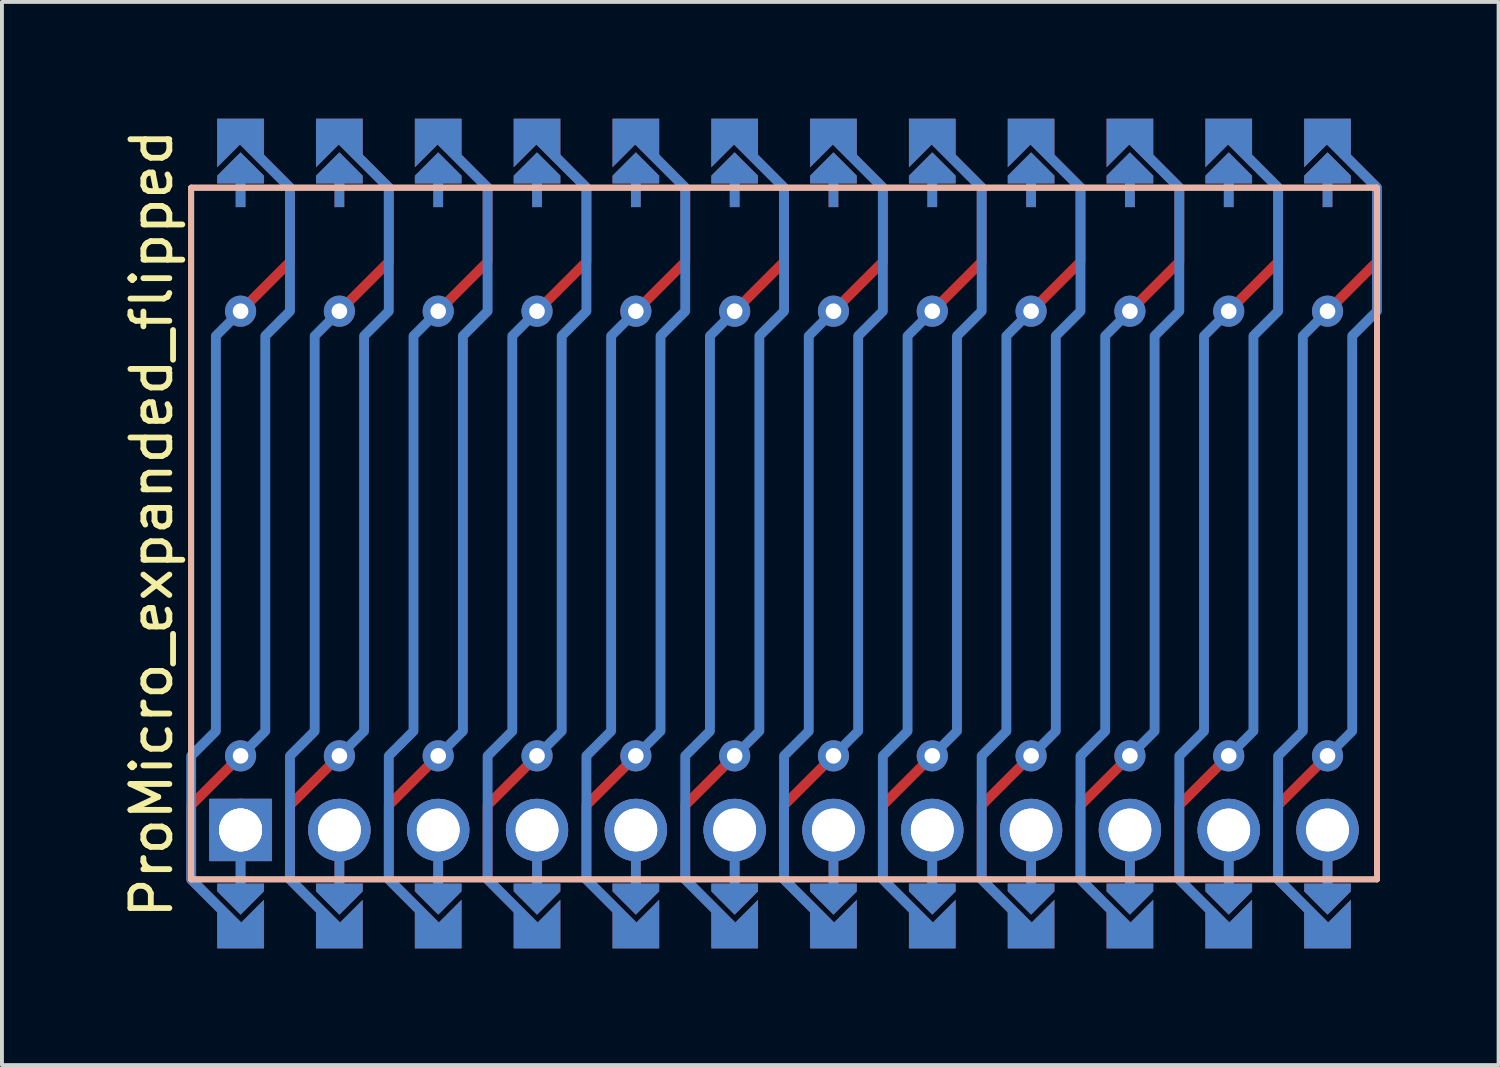
<source format=kicad_pcb>
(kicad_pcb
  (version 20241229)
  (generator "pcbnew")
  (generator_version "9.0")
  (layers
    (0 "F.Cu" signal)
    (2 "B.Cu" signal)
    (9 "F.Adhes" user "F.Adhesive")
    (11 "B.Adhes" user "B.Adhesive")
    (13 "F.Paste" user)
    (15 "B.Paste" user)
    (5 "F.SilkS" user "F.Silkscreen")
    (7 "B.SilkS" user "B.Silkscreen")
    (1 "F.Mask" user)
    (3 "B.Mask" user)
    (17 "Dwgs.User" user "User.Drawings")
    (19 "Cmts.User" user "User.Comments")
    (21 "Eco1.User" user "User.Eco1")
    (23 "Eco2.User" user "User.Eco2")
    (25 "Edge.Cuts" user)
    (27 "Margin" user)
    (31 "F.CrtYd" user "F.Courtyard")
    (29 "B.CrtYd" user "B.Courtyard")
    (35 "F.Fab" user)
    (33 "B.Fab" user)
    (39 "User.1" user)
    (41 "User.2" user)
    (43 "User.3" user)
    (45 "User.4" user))
  (footprint "ProMicro_expanded_flipped"
    (layer "F.Cu")
    (at 17.104 10.664)
    (property "Reference" "ProMicro_expanded_flipped" (at -16.256 -0.254 90) (layer "F.SilkS") (effects (font (size 1 1) (thickness 0.15))))
    (attr through_hole)
    (fp_circle (center -13.97 -5.715) (end -13.845 -5.715) (stroke (width 0.25) (type solid)) (fill no) (layer "F.Mask"))
    (fp_circle (center -13.97 5.715) (end -13.845 5.715) (stroke (width 0.25) (type solid)) (fill no) (layer "F.Mask"))
    (fp_circle (center -11.43 -5.715) (end -11.305 -5.715) (stroke (width 0.25) (type solid)) (fill no) (layer "F.Mask"))
    (fp_circle (center -11.43 5.715) (end -11.305 5.715) (stroke (width 0.25) (type solid)) (fill no) (layer "F.Mask"))
    (fp_circle (center -8.89 -5.715) (end -8.765 -5.715) (stroke (width 0.25) (type solid)) (fill no) (layer "F.Mask"))
    (fp_circle (center -8.89 5.715) (end -8.765 5.715) (stroke (width 0.25) (type solid)) (fill no) (layer "F.Mask"))
    (fp_circle (center -6.35 -5.715) (end -6.225 -5.715) (stroke (width 0.25) (type solid)) (fill no) (layer "F.Mask"))
    (fp_circle (center -6.35 5.715) (end -6.225 5.715) (stroke (width 0.25) (type solid)) (fill no) (layer "F.Mask"))
    (fp_circle (center -3.81 -5.715) (end -3.685 -5.715) (stroke (width 0.25) (type solid)) (fill no) (layer "F.Mask"))
    (fp_circle (center -3.81 5.715) (end -3.685 5.715) (stroke (width 0.25) (type solid)) (fill no) (layer "F.Mask"))
    (fp_circle (center -1.27 -5.715) (end -1.145 -5.715) (stroke (width 0.25) (type solid)) (fill no) (layer "F.Mask"))
    (fp_circle (center -1.27 5.715) (end -1.145 5.715) (stroke (width 0.25) (type solid)) (fill no) (layer "F.Mask"))
    (fp_circle (center 1.27 -5.715) (end 1.395 -5.715) (stroke (width 0.25) (type solid)) (fill no) (layer "F.Mask"))
    (fp_circle (center 1.27 5.715) (end 1.395 5.715) (stroke (width 0.25) (type solid)) (fill no) (layer "F.Mask"))
    (fp_circle (center 3.81 -5.715) (end 3.935 -5.715) (stroke (width 0.25) (type solid)) (fill no) (layer "F.Mask"))
    (fp_circle (center 3.81 5.715) (end 3.935 5.715) (stroke (width 0.25) (type solid)) (fill no) (layer "F.Mask"))
    (fp_circle (center 6.35 -5.715) (end 6.475 -5.715) (stroke (width 0.25) (type solid)) (fill no) (layer "F.Mask"))
    (fp_circle (center 6.35 5.715) (end 6.475 5.715) (stroke (width 0.25) (type solid)) (fill no) (layer "F.Mask"))
    (fp_circle (center 8.89 -5.715) (end 9.015 -5.715) (stroke (width 0.25) (type solid)) (fill no) (layer "F.Mask"))
    (fp_circle (center 8.89 5.715) (end 9.015 5.715) (stroke (width 0.25) (type solid)) (fill no) (layer "F.Mask"))
    (fp_circle (center 11.43 -5.715) (end 11.555 -5.715) (stroke (width 0.25) (type solid)) (fill no) (layer "F.Mask"))
    (fp_circle (center 11.43 5.715) (end 11.555 5.715) (stroke (width 0.25) (type solid)) (fill no) (layer "F.Mask"))
    (fp_circle (center 13.97 -5.715) (end 14.095 -5.715) (stroke (width 0.25) (type solid)) (fill no) (layer "F.Mask"))
    (fp_circle (center 13.97 5.715) (end 14.095 5.715) (stroke (width 0.25) (type solid)) (fill no) (layer "F.Mask"))
    (fp_poly (pts (xy -14.478 10.16) (xy -13.462 10.16) (xy -13.462 9.144) (xy -14.478 9.144)) (stroke (width 0.1) (type solid)) (fill yes) (layer "F.Mask"))
    (fp_poly (pts (xy -13.462 -10.16) (xy -14.478 -10.16) (xy -14.478 -9.144) (xy -13.462 -9.144)) (stroke (width 0.1) (type solid)) (fill yes) (layer "F.Mask"))
    (fp_poly (pts (xy -11.938 10.16) (xy -10.922 10.16) (xy -10.922 9.144) (xy -11.938 9.144)) (stroke (width 0.1) (type solid)) (fill yes) (layer "F.Mask"))
    (fp_poly (pts (xy -10.922 -10.16) (xy -11.938 -10.16) (xy -11.938 -9.144) (xy -10.922 -9.144)) (stroke (width 0.1) (type solid)) (fill yes) (layer "F.Mask"))
    (fp_poly (pts (xy -9.398 10.16) (xy -8.382 10.16) (xy -8.382 9.144) (xy -9.398 9.144)) (stroke (width 0.1) (type solid)) (fill yes) (layer "F.Mask"))
    (fp_poly (pts (xy -8.382 -10.16) (xy -9.398 -10.16) (xy -9.398 -9.144) (xy -8.382 -9.144)) (stroke (width 0.1) (type solid)) (fill yes) (layer "F.Mask"))
    (fp_poly (pts (xy -6.858 10.16) (xy -5.842 10.16) (xy -5.842 9.144) (xy -6.858 9.144)) (stroke (width 0.1) (type solid)) (fill yes) (layer "F.Mask"))
    (fp_poly (pts (xy -5.842 -10.16) (xy -6.858 -10.16) (xy -6.858 -9.144) (xy -5.842 -9.144)) (stroke (width 0.1) (type solid)) (fill yes) (layer "F.Mask"))
    (fp_poly (pts (xy -4.318 10.16) (xy -3.302 10.16) (xy -3.302 9.144) (xy -4.318 9.144)) (stroke (width 0.1) (type solid)) (fill yes) (layer "F.Mask"))
    (fp_poly (pts (xy -3.302 -10.16) (xy -4.318 -10.16) (xy -4.318 -9.144) (xy -3.302 -9.144)) (stroke (width 0.1) (type solid)) (fill yes) (layer "F.Mask"))
    (fp_poly (pts (xy -1.778 10.16) (xy -0.762 10.16) (xy -0.762 9.144) (xy -1.778 9.144)) (stroke (width 0.1) (type solid)) (fill yes) (layer "F.Mask"))
    (fp_poly (pts (xy -0.762 -10.16) (xy -1.778 -10.16) (xy -1.778 -9.144) (xy -0.762 -9.144)) (stroke (width 0.1) (type solid)) (fill yes) (layer "F.Mask"))
    (fp_poly (pts (xy 0.762 10.16) (xy 1.778 10.16) (xy 1.778 9.144) (xy 0.762 9.144)) (stroke (width 0.1) (type solid)) (fill yes) (layer "F.Mask"))
    (fp_poly (pts (xy 1.778 -10.16) (xy 0.762 -10.16) (xy 0.762 -9.144) (xy 1.778 -9.144)) (stroke (width 0.1) (type solid)) (fill yes) (layer "F.Mask"))
    (fp_poly (pts (xy 3.302 10.16) (xy 4.318 10.16) (xy 4.318 9.144) (xy 3.302 9.144)) (stroke (width 0.1) (type solid)) (fill yes) (layer "F.Mask"))
    (fp_poly (pts (xy 4.318 -10.16) (xy 3.302 -10.16) (xy 3.302 -9.144) (xy 4.318 -9.144)) (stroke (width 0.1) (type solid)) (fill yes) (layer "F.Mask"))
    (fp_poly (pts (xy 5.842 10.16) (xy 6.858 10.16) (xy 6.858 9.144) (xy 5.842 9.144)) (stroke (width 0.1) (type solid)) (fill yes) (layer "F.Mask"))
    (fp_poly (pts (xy 6.858 -10.16) (xy 5.842 -10.16) (xy 5.842 -9.144) (xy 6.858 -9.144)) (stroke (width 0.1) (type solid)) (fill yes) (layer "F.Mask"))
    (fp_poly (pts (xy 8.382 10.16) (xy 9.398 10.16) (xy 9.398 9.144) (xy 8.382 9.144)) (stroke (width 0.1) (type solid)) (fill yes) (layer "F.Mask"))
    (fp_poly (pts (xy 9.398 -10.16) (xy 8.382 -10.16) (xy 8.382 -9.144) (xy 9.398 -9.144)) (stroke (width 0.1) (type solid)) (fill yes) (layer "F.Mask"))
    (fp_poly (pts (xy 10.922 10.16) (xy 11.938 10.16) (xy 11.938 9.144) (xy 10.922 9.144)) (stroke (width 0.1) (type solid)) (fill yes) (layer "F.Mask"))
    (fp_poly (pts (xy 11.938 -10.16) (xy 10.922 -10.16) (xy 10.922 -9.144) (xy 11.938 -9.144)) (stroke (width 0.1) (type solid)) (fill yes) (layer "F.Mask"))
    (fp_poly (pts (xy 13.462 10.16) (xy 14.478 10.16) (xy 14.478 9.144) (xy 13.462 9.144)) (stroke (width 0.1) (type solid)) (fill yes) (layer "F.Mask"))
    (fp_poly (pts (xy 14.478 -10.16) (xy 13.462 -10.16) (xy 13.462 -9.144) (xy 14.478 -9.144)) (stroke (width 0.1) (type solid)) (fill yes) (layer "F.Mask"))
    (fp_circle (center -13.97 -5.715) (end -13.845 -5.715) (stroke (width 0.25) (type solid)) (fill no) (layer "B.Mask"))
    (fp_circle (center -13.97 5.715) (end -13.845 5.715) (stroke (width 0.25) (type solid)) (fill no) (layer "B.Mask"))
    (fp_circle (center -11.43 -5.715) (end -11.305 -5.715) (stroke (width 0.25) (type solid)) (fill no) (layer "B.Mask"))
    (fp_circle (center -11.43 5.715) (end -11.305 5.715) (stroke (width 0.25) (type solid)) (fill no) (layer "B.Mask"))
    (fp_circle (center -8.89 -5.715) (end -8.765 -5.715) (stroke (width 0.25) (type solid)) (fill no) (layer "B.Mask"))
    (fp_circle (center -8.89 5.715) (end -8.765 5.715) (stroke (width 0.25) (type solid)) (fill no) (layer "B.Mask"))
    (fp_circle (center -6.35 -5.715) (end -6.225 -5.715) (stroke (width 0.25) (type solid)) (fill no) (layer "B.Mask"))
    (fp_circle (center -6.35 5.715) (end -6.225 5.715) (stroke (width 0.25) (type solid)) (fill no) (layer "B.Mask"))
    (fp_circle (center -3.81 -5.715) (end -3.685 -5.715) (stroke (width 0.25) (type solid)) (fill no) (layer "B.Mask"))
    (fp_circle (center -3.81 5.715) (end -3.685 5.715) (stroke (width 0.25) (type solid)) (fill no) (layer "B.Mask"))
    (fp_circle (center -1.27 -5.715) (end -1.145 -5.715) (stroke (width 0.25) (type solid)) (fill no) (layer "B.Mask"))
    (fp_circle (center -1.27 5.715) (end -1.145 5.715) (stroke (width 0.25) (type solid)) (fill no) (layer "B.Mask"))
    (fp_circle (center 1.27 -5.715) (end 1.395 -5.715) (stroke (width 0.25) (type solid)) (fill no) (layer "B.Mask"))
    (fp_circle (center 1.27 5.715) (end 1.395 5.715) (stroke (width 0.25) (type solid)) (fill no) (layer "B.Mask"))
    (fp_circle (center 3.81 -5.715) (end 3.935 -5.715) (stroke (width 0.25) (type solid)) (fill no) (layer "B.Mask"))
    (fp_circle (center 3.81 5.715) (end 3.935 5.715) (stroke (width 0.25) (type solid)) (fill no) (layer "B.Mask"))
    (fp_circle (center 6.35 -5.715) (end 6.475 -5.715) (stroke (width 0.25) (type solid)) (fill no) (layer "B.Mask"))
    (fp_circle (center 6.35 5.715) (end 6.475 5.715) (stroke (width 0.25) (type solid)) (fill no) (layer "B.Mask"))
    (fp_circle (center 8.89 -5.715) (end 9.015 -5.715) (stroke (width 0.25) (type solid)) (fill no) (layer "B.Mask"))
    (fp_circle (center 8.89 5.715) (end 9.015 5.715) (stroke (width 0.25) (type solid)) (fill no) (layer "B.Mask"))
    (fp_circle (center 11.43 -5.715) (end 11.555 -5.715) (stroke (width 0.25) (type solid)) (fill no) (layer "B.Mask"))
    (fp_circle (center 11.43 5.715) (end 11.555 5.715) (stroke (width 0.25) (type solid)) (fill no) (layer "B.Mask"))
    (fp_circle (center 13.97 -5.715) (end 14.095 -5.715) (stroke (width 0.25) (type solid)) (fill no) (layer "B.Mask"))
    (fp_circle (center 13.97 5.715) (end 14.095 5.715) (stroke (width 0.25) (type solid)) (fill no) (layer "B.Mask"))
    (fp_poly (pts (xy -14.478 10.16) (xy -13.462 10.16) (xy -13.462 9.144) (xy -14.478 9.144)) (stroke (width 0.1) (type solid)) (fill yes) (layer "B.Mask"))
    (fp_poly (pts (xy -13.462 -10.16) (xy -14.478 -10.16) (xy -14.478 -9.144) (xy -13.462 -9.144)) (stroke (width 0.1) (type solid)) (fill yes) (layer "B.Mask"))
    (fp_poly (pts (xy -11.938 10.16) (xy -10.922 10.16) (xy -10.922 9.144) (xy -11.938 9.144)) (stroke (width 0.1) (type solid)) (fill yes) (layer "B.Mask"))
    (fp_poly (pts (xy -10.922 -10.16) (xy -11.938 -10.16) (xy -11.938 -9.144) (xy -10.922 -9.144)) (stroke (width 0.1) (type solid)) (fill yes) (layer "B.Mask"))
    (fp_poly (pts (xy -9.398 10.16) (xy -8.382 10.16) (xy -8.382 9.144) (xy -9.398 9.144)) (stroke (width 0.1) (type solid)) (fill yes) (layer "B.Mask"))
    (fp_poly (pts (xy -8.382 -10.16) (xy -9.398 -10.16) (xy -9.398 -9.144) (xy -8.382 -9.144)) (stroke (width 0.1) (type solid)) (fill yes) (layer "B.Mask"))
    (fp_poly (pts (xy -6.858 10.16) (xy -5.842 10.16) (xy -5.842 9.144) (xy -6.858 9.144)) (stroke (width 0.1) (type solid)) (fill yes) (layer "B.Mask"))
    (fp_poly (pts (xy -5.842 -10.16) (xy -6.858 -10.16) (xy -6.858 -9.144) (xy -5.842 -9.144)) (stroke (width 0.1) (type solid)) (fill yes) (layer "B.Mask"))
    (fp_poly (pts (xy -4.318 10.16) (xy -3.302 10.16) (xy -3.302 9.144) (xy -4.318 9.144)) (stroke (width 0.1) (type solid)) (fill yes) (layer "B.Mask"))
    (fp_poly (pts (xy -3.302 -10.16) (xy -4.318 -10.16) (xy -4.318 -9.144) (xy -3.302 -9.144)) (stroke (width 0.1) (type solid)) (fill yes) (layer "B.Mask"))
    (fp_poly (pts (xy -1.778 10.16) (xy -0.762 10.16) (xy -0.762 9.144) (xy -1.778 9.144)) (stroke (width 0.1) (type solid)) (fill yes) (layer "B.Mask"))
    (fp_poly (pts (xy -0.762 -10.16) (xy -1.778 -10.16) (xy -1.778 -9.144) (xy -0.762 -9.144)) (stroke (width 0.1) (type solid)) (fill yes) (layer "B.Mask"))
    (fp_poly (pts (xy 0.762 10.16) (xy 1.778 10.16) (xy 1.778 9.144) (xy 0.762 9.144)) (stroke (width 0.1) (type solid)) (fill yes) (layer "B.Mask"))
    (fp_poly (pts (xy 1.778 -10.16) (xy 0.762 -10.16) (xy 0.762 -9.144) (xy 1.778 -9.144)) (stroke (width 0.1) (type solid)) (fill yes) (layer "B.Mask"))
    (fp_poly (pts (xy 3.302 10.16) (xy 4.318 10.16) (xy 4.318 9.144) (xy 3.302 9.144)) (stroke (width 0.1) (type solid)) (fill yes) (layer "B.Mask"))
    (fp_poly (pts (xy 4.318 -10.16) (xy 3.302 -10.16) (xy 3.302 -9.144) (xy 4.318 -9.144)) (stroke (width 0.1) (type solid)) (fill yes) (layer "B.Mask"))
    (fp_poly (pts (xy 5.842 10.16) (xy 6.858 10.16) (xy 6.858 9.144) (xy 5.842 9.144)) (stroke (width 0.1) (type solid)) (fill yes) (layer "B.Mask"))
    (fp_poly (pts (xy 6.858 -10.16) (xy 5.842 -10.16) (xy 5.842 -9.144) (xy 6.858 -9.144)) (stroke (width 0.1) (type solid)) (fill yes) (layer "B.Mask"))
    (fp_poly (pts (xy 8.382 10.16) (xy 9.398 10.16) (xy 9.398 9.144) (xy 8.382 9.144)) (stroke (width 0.1) (type solid)) (fill yes) (layer "B.Mask"))
    (fp_poly (pts (xy 9.398 -10.16) (xy 8.382 -10.16) (xy 8.382 -9.144) (xy 9.398 -9.144)) (stroke (width 0.1) (type solid)) (fill yes) (layer "B.Mask"))
    (fp_poly (pts (xy 10.922 10.16) (xy 11.938 10.16) (xy 11.938 9.144) (xy 10.922 9.144)) (stroke (width 0.1) (type solid)) (fill yes) (layer "B.Mask"))
    (fp_poly (pts (xy 11.938 -10.16) (xy 10.922 -10.16) (xy 10.922 -9.144) (xy 11.938 -9.144)) (stroke (width 0.1) (type solid)) (fill yes) (layer "B.Mask"))
    (fp_poly (pts (xy 13.462 10.16) (xy 14.478 10.16) (xy 14.478 9.144) (xy 13.462 9.144)) (stroke (width 0.1) (type solid)) (fill yes) (layer "B.Mask"))
    (fp_poly (pts (xy 14.478 -10.16) (xy 13.462 -10.16) (xy 13.462 -9.144) (xy 14.478 -9.144)) (stroke (width 0.1) (type solid)) (fill yes) (layer "B.Mask"))
    (fp_line (start -15.24 -8.89) (end 15.24 -8.89) (stroke (width 0.15) (type solid)) (layer "F.SilkS"))
    (fp_line (start -15.24 8.89) (end -15.24 -8.89) (stroke (width 0.15) (type solid)) (layer "F.SilkS"))
    (fp_line (start -15.24 8.89) (end 15.24 8.89) (stroke (width 0.15) (type solid)) (layer "F.SilkS"))
    (fp_line (start 15.24 -8.89) (end 15.24 8.89) (stroke (width 0.15) (type solid)) (layer "F.SilkS"))
    (fp_line (start -15.24 -8.89) (end 15.24 -8.89) (stroke (width 0.15) (type solid)) (layer "B.SilkS"))
    (fp_line (start -15.24 8.89) (end -15.24 -8.89) (stroke (width 0.15) (type solid)) (layer "B.SilkS"))
    (fp_line (start -15.24 8.89) (end 15.24 8.89) (stroke (width 0.15) (type solid)) (layer "B.SilkS"))
    (fp_line (start 15.24 -8.89) (end 15.24 8.89) (stroke (width 0.15) (type solid)) (layer "B.SilkS"))
    (pad "" smd custom (at -13.97 -9.398) (size 0.1 0.1) (layers "F.Cu" "F.Mask") (options (anchor rect)) (primitives (gr_poly (pts (xy 0.6 0.4) (xy -0.6 0.4) (xy -0.6 0.2) (xy 0 -0.4) (xy 0.6 0.2)) (width 0) (fill yes))))
    (pad "" smd custom (at -13.97 -9.398) (size 0.1 0.1) (layers "B.Cu" "B.Mask") (options (anchor rect)) (primitives (gr_poly (pts (xy 0.6 0.4) (xy -0.6 0.4) (xy -0.6 0.2) (xy 0 -0.4) (xy 0.6 0.2)) (width 0) (fill yes))))
    (pad "" smd custom (at -13.97 -8.89) (size 0.25 1) (layers "F.Cu") (options (anchor rect)) (primitives))
    (pad "" smd custom (at -13.97 -8.89) (size 0.25 1) (layers "B.Cu") (options (anchor rect)) (primitives))
    (pad "" thru_hole circle (at -13.97 7.62) (size 1.6 1.6) (drill 1.1) (layers "*.Cu" "*.Mask"))
    (pad "" thru_hole circle (at -13.97 7.62) (size 1.6 1.6) (drill 1.1) (layers "*.Cu" "*.Mask"))
    (pad "" thru_hole rect (at -13.97 7.62) (size 1.6 1.6) (drill 1.1) (layers "F.Cu" "F.Mask"))
    (pad "" thru_hole rect (at -13.97 7.62) (size 1.6 1.6) (drill 1.1) (layers "B.Cu" "B.Mask"))
    (pad "" smd custom (at -13.97 8.89 180) (size 0.25 1) (layers "F.Cu") (options (anchor rect)) (primitives))
    (pad "" smd custom (at -13.97 8.89 180) (size 0.25 1) (layers "B.Cu") (options (anchor rect)) (primitives))
    (pad "" smd custom (at -13.97 9.398 180) (size 0.1 0.1) (layers "F.Cu" "F.Mask") (options (anchor rect)) (primitives (gr_poly (pts (xy 0.6 0.4) (xy -0.6 0.4) (xy -0.6 0.2) (xy 0 -0.4) (xy 0.6 0.2)) (width 0) (fill yes))))
    (pad "" smd custom (at -13.97 9.398 180) (size 0.1 0.1) (layers "B.Cu" "B.Mask") (options (anchor rect)) (primitives (gr_poly (pts (xy 0.6 0.4) (xy -0.6 0.4) (xy -0.6 0.2) (xy 0 -0.4) (xy 0.6 0.2)) (width 0) (fill yes))))
    (pad "" smd custom (at -11.43 -9.398) (size 0.1 0.1) (layers "F.Cu" "F.Mask") (options (anchor rect)) (primitives (gr_poly (pts (xy 0.6 0.4) (xy -0.6 0.4) (xy -0.6 0.2) (xy 0 -0.4) (xy 0.6 0.2)) (width 0) (fill yes))))
    (pad "" smd custom (at -11.43 -9.398) (size 0.1 0.1) (layers "B.Cu" "B.Mask") (options (anchor rect)) (primitives (gr_poly (pts (xy 0.6 0.4) (xy -0.6 0.4) (xy -0.6 0.2) (xy 0 -0.4) (xy 0.6 0.2)) (width 0) (fill yes))))
    (pad "" smd custom (at -11.43 -8.89) (size 0.25 1) (layers "F.Cu") (options (anchor rect)) (primitives))
    (pad "" smd custom (at -11.43 -8.89) (size 0.25 1) (layers "B.Cu") (options (anchor rect)) (primitives))
    (pad "" thru_hole circle (at -11.43 7.62) (size 1.6 1.6) (drill 1.1) (layers "*.Cu" "*.Mask"))
    (pad "" thru_hole circle (at -11.43 7.62) (size 1.6 1.6) (drill 1.1) (layers "*.Cu" "*.Mask"))
    (pad "" smd custom (at -11.43 8.89 180) (size 0.25 1) (layers "F.Cu") (options (anchor rect)) (primitives))
    (pad "" smd custom (at -11.43 8.89 180) (size 0.25 1) (layers "B.Cu") (options (anchor rect)) (primitives))
    (pad "" smd custom (at -11.43 9.398 180) (size 0.1 0.1) (layers "F.Cu" "F.Mask") (options (anchor rect)) (primitives (gr_poly (pts (xy 0.6 0.4) (xy -0.6 0.4) (xy -0.6 0.2) (xy 0 -0.4) (xy 0.6 0.2)) (width 0) (fill yes))))
    (pad "" smd custom (at -11.43 9.398 180) (size 0.1 0.1) (layers "B.Cu" "B.Mask") (options (anchor rect)) (primitives (gr_poly (pts (xy 0.6 0.4) (xy -0.6 0.4) (xy -0.6 0.2) (xy 0 -0.4) (xy 0.6 0.2)) (width 0) (fill yes))))
    (pad "" smd custom (at -8.89 -9.398) (size 0.1 0.1) (layers "F.Cu" "F.Mask") (options (anchor rect)) (primitives (gr_poly (pts (xy 0.6 0.4) (xy -0.6 0.4) (xy -0.6 0.2) (xy 0 -0.4) (xy 0.6 0.2)) (width 0) (fill yes))))
    (pad "" smd custom (at -8.89 -9.398) (size 0.1 0.1) (layers "B.Cu" "B.Mask") (options (anchor rect)) (primitives (gr_poly (pts (xy 0.6 0.4) (xy -0.6 0.4) (xy -0.6 0.2) (xy 0 -0.4) (xy 0.6 0.2)) (width 0) (fill yes))))
    (pad "" smd custom (at -8.89 -8.89) (size 0.25 1) (layers "F.Cu") (options (anchor rect)) (primitives))
    (pad "" smd custom (at -8.89 -8.89) (size 0.25 1) (layers "B.Cu") (options (anchor rect)) (primitives))
    (pad "" thru_hole circle (at -8.89 7.62) (size 1.6 1.6) (drill 1.1) (layers "*.Cu" "*.Mask"))
    (pad "" thru_hole circle (at -8.89 7.62) (size 1.6 1.6) (drill 1.1) (layers "*.Cu" "*.Mask"))
    (pad "" smd custom (at -8.89 8.89 180) (size 0.25 1) (layers "F.Cu") (options (anchor rect)) (primitives))
    (pad "" smd custom (at -8.89 8.89 180) (size 0.25 1) (layers "B.Cu") (options (anchor rect)) (primitives))
    (pad "" smd custom (at -8.89 9.398 180) (size 0.1 0.1) (layers "F.Cu" "F.Mask") (options (anchor rect)) (primitives (gr_poly (pts (xy 0.6 0.4) (xy -0.6 0.4) (xy -0.6 0.2) (xy 0 -0.4) (xy 0.6 0.2)) (width 0) (fill yes))))
    (pad "" smd custom (at -8.89 9.398 180) (size 0.1 0.1) (layers "B.Cu" "B.Mask") (options (anchor rect)) (primitives (gr_poly (pts (xy 0.6 0.4) (xy -0.6 0.4) (xy -0.6 0.2) (xy 0 -0.4) (xy 0.6 0.2)) (width 0) (fill yes))))
    (pad "" smd custom (at -6.35 -9.398) (size 0.1 0.1) (layers "F.Cu" "F.Mask") (options (anchor rect)) (primitives (gr_poly (pts (xy 0.6 0.4) (xy -0.6 0.4) (xy -0.6 0.2) (xy 0 -0.4) (xy 0.6 0.2)) (width 0) (fill yes))))
    (pad "" smd custom (at -6.35 -9.398) (size 0.1 0.1) (layers "B.Cu" "B.Mask") (options (anchor rect)) (primitives (gr_poly (pts (xy 0.6 0.4) (xy -0.6 0.4) (xy -0.6 0.2) (xy 0 -0.4) (xy 0.6 0.2)) (width 0) (fill yes))))
    (pad "" smd custom (at -6.35 -8.89) (size 0.25 1) (layers "F.Cu") (options (anchor rect)) (primitives))
    (pad "" smd custom (at -6.35 -8.89) (size 0.25 1) (layers "B.Cu") (options (anchor rect)) (primitives))
    (pad "" thru_hole circle (at -6.35 7.62) (size 1.6 1.6) (drill 1.1) (layers "*.Cu" "*.Mask"))
    (pad "" thru_hole circle (at -6.35 7.62) (size 1.6 1.6) (drill 1.1) (layers "*.Cu" "*.Mask"))
    (pad "" smd custom (at -6.35 8.89 180) (size 0.25 1) (layers "F.Cu") (options (anchor rect)) (primitives))
    (pad "" smd custom (at -6.35 8.89 180) (size 0.25 1) (layers "B.Cu") (options (anchor rect)) (primitives))
    (pad "" smd custom (at -6.35 9.398 180) (size 0.1 0.1) (layers "F.Cu" "F.Mask") (options (anchor rect)) (primitives (gr_poly (pts (xy 0.6 0.4) (xy -0.6 0.4) (xy -0.6 0.2) (xy 0 -0.4) (xy 0.6 0.2)) (width 0) (fill yes))))
    (pad "" smd custom (at -6.35 9.398 180) (size 0.1 0.1) (layers "B.Cu" "B.Mask") (options (anchor rect)) (primitives (gr_poly (pts (xy 0.6 0.4) (xy -0.6 0.4) (xy -0.6 0.2) (xy 0 -0.4) (xy 0.6 0.2)) (width 0) (fill yes))))
    (pad "" smd custom (at -3.81 -9.398) (size 0.1 0.1) (layers "F.Cu" "F.Mask") (options (anchor rect)) (primitives (gr_poly (pts (xy 0.6 0.4) (xy -0.6 0.4) (xy -0.6 0.2) (xy 0 -0.4) (xy 0.6 0.2)) (width 0) (fill yes))))
    (pad "" smd custom (at -3.81 -9.398) (size 0.1 0.1) (layers "B.Cu" "B.Mask") (options (anchor rect)) (primitives (gr_poly (pts (xy 0.6 0.4) (xy -0.6 0.4) (xy -0.6 0.2) (xy 0 -0.4) (xy 0.6 0.2)) (width 0) (fill yes))))
    (pad "" smd custom (at -3.81 -8.89) (size 0.25 1) (layers "F.Cu") (options (anchor rect)) (primitives))
    (pad "" smd custom (at -3.81 -8.89) (size 0.25 1) (layers "B.Cu") (options (anchor rect)) (primitives))
    (pad "" thru_hole circle (at -3.81 7.62) (size 1.6 1.6) (drill 1.1) (layers "*.Cu" "*.Mask"))
    (pad "" thru_hole circle (at -3.81 7.62) (size 1.6 1.6) (drill 1.1) (layers "*.Cu" "*.Mask"))
    (pad "" smd custom (at -3.81 8.89 180) (size 0.25 1) (layers "F.Cu") (options (anchor rect)) (primitives))
    (pad "" smd custom (at -3.81 8.89 180) (size 0.25 1) (layers "B.Cu") (options (anchor rect)) (primitives))
    (pad "" smd custom (at -3.81 9.398 180) (size 0.1 0.1) (layers "F.Cu" "F.Mask") (options (anchor rect)) (primitives (gr_poly (pts (xy 0.6 0.4) (xy -0.6 0.4) (xy -0.6 0.2) (xy 0 -0.4) (xy 0.6 0.2)) (width 0) (fill yes))))
    (pad "" smd custom (at -3.81 9.398 180) (size 0.1 0.1) (layers "B.Cu" "B.Mask") (options (anchor rect)) (primitives (gr_poly (pts (xy 0.6 0.4) (xy -0.6 0.4) (xy -0.6 0.2) (xy 0 -0.4) (xy 0.6 0.2)) (width 0) (fill yes))))
    (pad "" smd custom (at -1.27 -9.398) (size 0.1 0.1) (layers "F.Cu" "F.Mask") (options (anchor rect)) (primitives (gr_poly (pts (xy 0.6 0.4) (xy -0.6 0.4) (xy -0.6 0.2) (xy 0 -0.4) (xy 0.6 0.2)) (width 0) (fill yes))))
    (pad "" smd custom (at -1.27 -9.398) (size 0.1 0.1) (layers "B.Cu" "B.Mask") (options (anchor rect)) (primitives (gr_poly (pts (xy 0.6 0.4) (xy -0.6 0.4) (xy -0.6 0.2) (xy 0 -0.4) (xy 0.6 0.2)) (width 0) (fill yes))))
    (pad "" smd custom (at -1.27 -8.89) (size 0.25 1) (layers "F.Cu") (options (anchor rect)) (primitives))
    (pad "" smd custom (at -1.27 -8.89) (size 0.25 1) (layers "B.Cu") (options (anchor rect)) (primitives))
    (pad "" thru_hole circle (at -1.27 7.62) (size 1.6 1.6) (drill 1.1) (layers "*.Cu" "*.Mask"))
    (pad "" thru_hole circle (at -1.27 7.62) (size 1.6 1.6) (drill 1.1) (layers "*.Cu" "*.Mask"))
    (pad "" smd custom (at -1.27 8.89 180) (size 0.25 1) (layers "F.Cu") (options (anchor rect)) (primitives))
    (pad "" smd custom (at -1.27 8.89 180) (size 0.25 1) (layers "B.Cu") (options (anchor rect)) (primitives))
    (pad "" smd custom (at -1.27 9.398 180) (size 0.1 0.1) (layers "F.Cu" "F.Mask") (options (anchor rect)) (primitives (gr_poly (pts (xy 0.6 0.4) (xy -0.6 0.4) (xy -0.6 0.2) (xy 0 -0.4) (xy 0.6 0.2)) (width 0) (fill yes))))
    (pad "" smd custom (at -1.27 9.398 180) (size 0.1 0.1) (layers "B.Cu" "B.Mask") (options (anchor rect)) (primitives (gr_poly (pts (xy 0.6 0.4) (xy -0.6 0.4) (xy -0.6 0.2) (xy 0 -0.4) (xy 0.6 0.2)) (width 0) (fill yes))))
    (pad "" smd custom (at 1.27 -9.398) (size 0.1 0.1) (layers "F.Cu" "F.Mask") (options (anchor rect)) (primitives (gr_poly (pts (xy 0.6 0.4) (xy -0.6 0.4) (xy -0.6 0.2) (xy 0 -0.4) (xy 0.6 0.2)) (width 0) (fill yes))))
    (pad "" smd custom (at 1.27 -9.398) (size 0.1 0.1) (layers "B.Cu" "B.Mask") (options (anchor rect)) (primitives (gr_poly (pts (xy 0.6 0.4) (xy -0.6 0.4) (xy -0.6 0.2) (xy 0 -0.4) (xy 0.6 0.2)) (width 0) (fill yes))))
    (pad "" smd custom (at 1.27 -8.89) (size 0.25 1) (layers "F.Cu") (options (anchor rect)) (primitives))
    (pad "" smd custom (at 1.27 -8.89) (size 0.25 1) (layers "B.Cu") (options (anchor rect)) (primitives))
    (pad "" thru_hole circle (at 1.27 7.62) (size 1.6 1.6) (drill 1.1) (layers "*.Cu" "*.Mask"))
    (pad "" thru_hole circle (at 1.27 7.62) (size 1.6 1.6) (drill 1.1) (layers "*.Cu" "*.Mask"))
    (pad "" smd custom (at 1.27 8.89 180) (size 0.25 1) (layers "F.Cu") (options (anchor rect)) (primitives))
    (pad "" smd custom (at 1.27 8.89 180) (size 0.25 1) (layers "B.Cu") (options (anchor rect)) (primitives))
    (pad "" smd custom (at 1.27 9.398 180) (size 0.1 0.1) (layers "F.Cu" "F.Mask") (options (anchor rect)) (primitives (gr_poly (pts (xy 0.6 0.4) (xy -0.6 0.4) (xy -0.6 0.2) (xy 0 -0.4) (xy 0.6 0.2)) (width 0) (fill yes))))
    (pad "" smd custom (at 1.27 9.398 180) (size 0.1 0.1) (layers "B.Cu" "B.Mask") (options (anchor rect)) (primitives (gr_poly (pts (xy 0.6 0.4) (xy -0.6 0.4) (xy -0.6 0.2) (xy 0 -0.4) (xy 0.6 0.2)) (width 0) (fill yes))))
    (pad "" smd custom (at 3.81 -9.398) (size 0.1 0.1) (layers "F.Cu" "F.Mask") (options (anchor rect)) (primitives (gr_poly (pts (xy 0.6 0.4) (xy -0.6 0.4) (xy -0.6 0.2) (xy 0 -0.4) (xy 0.6 0.2)) (width 0) (fill yes))))
    (pad "" smd custom (at 3.81 -9.398) (size 0.1 0.1) (layers "B.Cu" "B.Mask") (options (anchor rect)) (primitives (gr_poly (pts (xy 0.6 0.4) (xy -0.6 0.4) (xy -0.6 0.2) (xy 0 -0.4) (xy 0.6 0.2)) (width 0) (fill yes))))
    (pad "" smd custom (at 3.81 -8.89) (size 0.25 1) (layers "F.Cu") (options (anchor rect)) (primitives))
    (pad "" smd custom (at 3.81 -8.89) (size 0.25 1) (layers "B.Cu") (options (anchor rect)) (primitives))
    (pad "" thru_hole circle (at 3.81 7.62) (size 1.6 1.6) (drill 1.1) (layers "*.Cu" "*.Mask"))
    (pad "" thru_hole circle (at 3.81 7.62) (size 1.6 1.6) (drill 1.1) (layers "*.Cu" "*.Mask"))
    (pad "" smd custom (at 3.81 8.89 180) (size 0.25 1) (layers "F.Cu") (options (anchor rect)) (primitives))
    (pad "" smd custom (at 3.81 8.89 180) (size 0.25 1) (layers "B.Cu") (options (anchor rect)) (primitives))
    (pad "" smd custom (at 3.81 9.398 180) (size 0.1 0.1) (layers "F.Cu" "F.Mask") (options (anchor rect)) (primitives (gr_poly (pts (xy 0.6 0.4) (xy -0.6 0.4) (xy -0.6 0.2) (xy 0 -0.4) (xy 0.6 0.2)) (width 0) (fill yes))))
    (pad "" smd custom (at 3.81 9.398 180) (size 0.1 0.1) (layers "B.Cu" "B.Mask") (options (anchor rect)) (primitives (gr_poly (pts (xy 0.6 0.4) (xy -0.6 0.4) (xy -0.6 0.2) (xy 0 -0.4) (xy 0.6 0.2)) (width 0) (fill yes))))
    (pad "" smd custom (at 6.35 -9.398) (size 0.1 0.1) (layers "F.Cu" "F.Mask") (options (anchor rect)) (primitives (gr_poly (pts (xy 0.6 0.4) (xy -0.6 0.4) (xy -0.6 0.2) (xy 0 -0.4) (xy 0.6 0.2)) (width 0) (fill yes))))
    (pad "" smd custom (at 6.35 -9.398) (size 0.1 0.1) (layers "B.Cu" "B.Mask") (options (anchor rect)) (primitives (gr_poly (pts (xy 0.6 0.4) (xy -0.6 0.4) (xy -0.6 0.2) (xy 0 -0.4) (xy 0.6 0.2)) (width 0) (fill yes))))
    (pad "" smd custom (at 6.35 -8.89) (size 0.25 1) (layers "F.Cu") (options (anchor rect)) (primitives))
    (pad "" smd custom (at 6.35 -8.89) (size 0.25 1) (layers "B.Cu") (options (anchor rect)) (primitives))
    (pad "" thru_hole circle (at 6.35 7.62) (size 1.6 1.6) (drill 1.1) (layers "*.Cu" "*.Mask"))
    (pad "" thru_hole circle (at 6.35 7.62) (size 1.6 1.6) (drill 1.1) (layers "*.Cu" "*.Mask"))
    (pad "" smd custom (at 6.35 8.89 180) (size 0.25 1) (layers "F.Cu") (options (anchor rect)) (primitives))
    (pad "" smd custom (at 6.35 8.89 180) (size 0.25 1) (layers "B.Cu") (options (anchor rect)) (primitives))
    (pad "" smd custom (at 6.35 9.398 180) (size 0.1 0.1) (layers "F.Cu" "F.Mask") (options (anchor rect)) (primitives (gr_poly (pts (xy 0.6 0.4) (xy -0.6 0.4) (xy -0.6 0.2) (xy 0 -0.4) (xy 0.6 0.2)) (width 0) (fill yes))))
    (pad "" smd custom (at 6.35 9.398 180) (size 0.1 0.1) (layers "B.Cu" "B.Mask") (options (anchor rect)) (primitives (gr_poly (pts (xy 0.6 0.4) (xy -0.6 0.4) (xy -0.6 0.2) (xy 0 -0.4) (xy 0.6 0.2)) (width 0) (fill yes))))
    (pad "" smd custom (at 8.89 -9.398) (size 0.1 0.1) (layers "F.Cu" "F.Mask") (options (anchor rect)) (primitives (gr_poly (pts (xy 0.6 0.4) (xy -0.6 0.4) (xy -0.6 0.2) (xy 0 -0.4) (xy 0.6 0.2)) (width 0) (fill yes))))
    (pad "" smd custom (at 8.89 -9.398) (size 0.1 0.1) (layers "B.Cu" "B.Mask") (options (anchor rect)) (primitives (gr_poly (pts (xy 0.6 0.4) (xy -0.6 0.4) (xy -0.6 0.2) (xy 0 -0.4) (xy 0.6 0.2)) (width 0) (fill yes))))
    (pad "" smd custom (at 8.89 -8.89) (size 0.25 1) (layers "F.Cu") (options (anchor rect)) (primitives))
    (pad "" smd custom (at 8.89 -8.89) (size 0.25 1) (layers "B.Cu") (options (anchor rect)) (primitives))
    (pad "" thru_hole circle (at 8.89 7.62) (size 1.6 1.6) (drill 1.1) (layers "*.Cu" "*.Mask"))
    (pad "" thru_hole circle (at 8.89 7.62) (size 1.6 1.6) (drill 1.1) (layers "*.Cu" "*.Mask"))
    (pad "" smd custom (at 8.89 8.89 180) (size 0.25 1) (layers "F.Cu") (options (anchor rect)) (primitives))
    (pad "" smd custom (at 8.89 8.89 180) (size 0.25 1) (layers "B.Cu") (options (anchor rect)) (primitives))
    (pad "" smd custom (at 8.89 9.398 180) (size 0.1 0.1) (layers "F.Cu" "F.Mask") (options (anchor rect)) (primitives (gr_poly (pts (xy 0.6 0.4) (xy -0.6 0.4) (xy -0.6 0.2) (xy 0 -0.4) (xy 0.6 0.2)) (width 0) (fill yes))))
    (pad "" smd custom (at 8.89 9.398 180) (size 0.1 0.1) (layers "B.Cu" "B.Mask") (options (anchor rect)) (primitives (gr_poly (pts (xy 0.6 0.4) (xy -0.6 0.4) (xy -0.6 0.2) (xy 0 -0.4) (xy 0.6 0.2)) (width 0) (fill yes))))
    (pad "" smd custom (at 11.43 -9.398) (size 0.1 0.1) (layers "F.Cu" "F.Mask") (options (anchor rect)) (primitives (gr_poly (pts (xy 0.6 0.4) (xy -0.6 0.4) (xy -0.6 0.2) (xy 0 -0.4) (xy 0.6 0.2)) (width 0) (fill yes))))
    (pad "" smd custom (at 11.43 -9.398) (size 0.1 0.1) (layers "B.Cu" "B.Mask") (options (anchor rect)) (primitives (gr_poly (pts (xy 0.6 0.4) (xy -0.6 0.4) (xy -0.6 0.2) (xy 0 -0.4) (xy 0.6 0.2)) (width 0) (fill yes))))
    (pad "" smd custom (at 11.43 -8.89) (size 0.25 1) (layers "F.Cu") (options (anchor rect)) (primitives))
    (pad "" smd custom (at 11.43 -8.89) (size 0.25 1) (layers "B.Cu") (options (anchor rect)) (primitives))
    (pad "" thru_hole circle (at 11.43 7.62) (size 1.6 1.6) (drill 1.1) (layers "*.Cu" "*.Mask"))
    (pad "" thru_hole circle (at 11.43 7.62) (size 1.6 1.6) (drill 1.1) (layers "*.Cu" "*.Mask"))
    (pad "" smd custom (at 11.43 8.89 180) (size 0.25 1) (layers "F.Cu") (options (anchor rect)) (primitives))
    (pad "" smd custom (at 11.43 8.89 180) (size 0.25 1) (layers "B.Cu") (options (anchor rect)) (primitives))
    (pad "" smd custom (at 11.43 9.398 180) (size 0.1 0.1) (layers "F.Cu" "F.Mask") (options (anchor rect)) (primitives (gr_poly (pts (xy 0.6 0.4) (xy -0.6 0.4) (xy -0.6 0.2) (xy 0 -0.4) (xy 0.6 0.2)) (width 0) (fill yes))))
    (pad "" smd custom (at 11.43 9.398 180) (size 0.1 0.1) (layers "B.Cu" "B.Mask") (options (anchor rect)) (primitives (gr_poly (pts (xy 0.6 0.4) (xy -0.6 0.4) (xy -0.6 0.2) (xy 0 -0.4) (xy 0.6 0.2)) (width 0) (fill yes))))
    (pad "" smd custom (at 13.97 -9.398) (size 0.1 0.1) (layers "F.Cu" "F.Mask") (options (anchor rect)) (primitives (gr_poly (pts (xy 0.6 0.4) (xy -0.6 0.4) (xy -0.6 0.2) (xy 0 -0.4) (xy 0.6 0.2)) (width 0) (fill yes))))
    (pad "" smd custom (at 13.97 -9.398) (size 0.1 0.1) (layers "B.Cu" "B.Mask") (options (anchor rect)) (primitives (gr_poly (pts (xy 0.6 0.4) (xy -0.6 0.4) (xy -0.6 0.2) (xy 0 -0.4) (xy 0.6 0.2)) (width 0) (fill yes))))
    (pad "" smd custom (at 13.97 -8.89) (size 0.25 1) (layers "F.Cu") (options (anchor rect)) (primitives))
    (pad "" smd custom (at 13.97 -8.89) (size 0.25 1) (layers "B.Cu") (options (anchor rect)) (primitives))
    (pad "" thru_hole circle (at 13.97 7.62) (size 1.6 1.6) (drill 1.1) (layers "*.Cu" "*.Mask"))
    (pad "" thru_hole circle (at 13.97 7.62) (size 1.6 1.6) (drill 1.1) (layers "*.Cu" "*.Mask"))
    (pad "" smd custom (at 13.97 8.89 180) (size 0.25 1) (layers "F.Cu") (options (anchor rect)) (primitives))
    (pad "" smd custom (at 13.97 8.89 180) (size 0.25 1) (layers "B.Cu") (options (anchor rect)) (primitives))
    (pad "" smd custom (at 13.97 9.398 180) (size 0.1 0.1) (layers "F.Cu" "F.Mask") (options (anchor rect)) (primitives (gr_poly (pts (xy 0.6 0.4) (xy -0.6 0.4) (xy -0.6 0.2) (xy 0 -0.4) (xy 0.6 0.2)) (width 0) (fill yes))))
    (pad "" smd custom (at 13.97 9.398 180) (size 0.1 0.1) (layers "B.Cu" "B.Mask") (options (anchor rect)) (primitives (gr_poly (pts (xy 0.6 0.4) (xy -0.6 0.4) (xy -0.6 0.2) (xy 0 -0.4) (xy 0.6 0.2)) (width 0) (fill yes))))
    (pad "1" smd custom (at -13.97 -10.414) (size 1.2 0.5) (layers "B.Cu" "B.Mask") (options (anchor rect)) (primitives (gr_poly (pts (xy 0.6 0) (xy -0.6 0) (xy -0.6 1) (xy 0 0.4) (xy 0.6 1)) (width 0) (fill yes))))
    (pad "1" smd custom (at -13.97 -5.715 180) (size 0.25 0.25) (layers "F.Cu") (options (anchor circle)) (primitives (gr_line (start 0 0) (end -1.27 1.27) (width 0.254)) (gr_line (start -1.27 1.27) (end -1.27 3.175) (width 0.254)) (gr_line (start -1.27 3.175) (end 0 4.445) (width 0.254))))
    (pad "1" smd custom (at -13.97 -5.715) (size 0.25 0.25) (layers "B.Cu") (options (anchor circle)) (primitives (gr_line (start 0 0) (end -0.635 0.635) (width 0.25)) (gr_line (start -1.27 11.43) (end -1.27 14.605) (width 0.254)) (gr_line (start -1.27 14.605) (end 0 15.875) (width 0.254)) (gr_line (start -0.635 0.635) (end -0.635 10.795) (width 0.254)) (gr_line (start -0.635 10.795) (end -1.27 11.43) (width 0.254))))
    (pad "1" thru_hole circle (at -13.97 -5.715 180) (size 0.8 0.8) (drill 0.4) (layers "*.Cu"))
    (pad "1" smd custom (at -13.97 10.414 180) (size 1.2 0.5) (layers "F.Cu" "F.Mask") (options (anchor rect)) (primitives (gr_poly (pts (xy 0.6 0) (xy -0.6 0) (xy -0.6 1) (xy 0 0.4) (xy 0.6 1)) (width 0) (fill yes))))
    (pad "2" smd custom (at -11.43 -10.414) (size 1.2 0.5) (layers "B.Cu" "B.Mask") (options (anchor rect)) (primitives (gr_poly (pts (xy 0.6 0) (xy -0.6 0) (xy -0.6 1) (xy 0 0.4) (xy 0.6 1)) (width 0) (fill yes))))
    (pad "2" smd custom (at -11.43 -5.715 180) (size 0.25 0.25) (layers "F.Cu") (options (anchor circle)) (primitives (gr_line (start 0 0) (end -1.27 1.27) (width 0.254)) (gr_line (start -1.27 1.27) (end -1.27 3.175) (width 0.254)) (gr_line (start -1.27 3.175) (end 0 4.445) (width 0.254))))
    (pad "2" smd custom (at -11.43 -5.715) (size 0.25 0.25) (layers "B.Cu") (options (anchor circle)) (primitives (gr_line (start 0 0) (end -0.635 0.635) (width 0.25)) (gr_line (start -1.27 11.43) (end -1.27 14.605) (width 0.254)) (gr_line (start -1.27 14.605) (end 0 15.875) (width 0.254)) (gr_line (start -0.635 0.635) (end -0.635 10.795) (width 0.254)) (gr_line (start -0.635 10.795) (end -1.27 11.43) (width 0.254))))
    (pad "2" thru_hole circle (at -11.43 -5.715 180) (size 0.8 0.8) (drill 0.4) (layers "*.Cu"))
    (pad "2" smd custom (at -11.43 10.414 180) (size 1.2 0.5) (layers "F.Cu" "F.Mask") (options (anchor rect)) (primitives (gr_poly (pts (xy 0.6 0) (xy -0.6 0) (xy -0.6 1) (xy 0 0.4) (xy 0.6 1)) (width 0) (fill yes))))
    (pad "3" smd custom (at -8.89 -10.414) (size 1.2 0.5) (layers "B.Cu" "B.Mask") (options (anchor rect)) (primitives (gr_poly (pts (xy 0.6 0) (xy -0.6 0) (xy -0.6 1) (xy 0 0.4) (xy 0.6 1)) (width 0) (fill yes))))
    (pad "3" smd custom (at -8.89 -5.715 180) (size 0.25 0.25) (layers "F.Cu") (options (anchor circle)) (primitives (gr_line (start 0 0) (end -1.27 1.27) (width 0.254)) (gr_line (start -1.27 1.27) (end -1.27 3.175) (width 0.254)) (gr_line (start -1.27 3.175) (end 0 4.445) (width 0.254))))
    (pad "3" smd custom (at -8.89 -5.715) (size 0.25 0.25) (layers "B.Cu") (options (anchor circle)) (primitives (gr_line (start 0 0) (end -0.635 0.635) (width 0.25)) (gr_line (start -1.27 11.43) (end -1.27 14.605) (width 0.254)) (gr_line (start -1.27 14.605) (end 0 15.875) (width 0.254)) (gr_line (start -0.635 0.635) (end -0.635 10.795) (width 0.254)) (gr_line (start -0.635 10.795) (end -1.27 11.43) (width 0.254))))
    (pad "3" thru_hole circle (at -8.89 -5.715 180) (size 0.8 0.8) (drill 0.4) (layers "*.Cu"))
    (pad "3" smd custom (at -8.89 10.414 180) (size 1.2 0.5) (layers "F.Cu" "F.Mask") (options (anchor rect)) (primitives (gr_poly (pts (xy 0.6 0) (xy -0.6 0) (xy -0.6 1) (xy 0 0.4) (xy 0.6 1)) (width 0) (fill yes))))
    (pad "4" smd custom (at -6.35 -10.414) (size 1.2 0.5) (layers "B.Cu" "B.Mask") (options (anchor rect)) (primitives (gr_poly (pts (xy 0.6 0) (xy -0.6 0) (xy -0.6 1) (xy 0 0.4) (xy 0.6 1)) (width 0) (fill yes))))
    (pad "4" smd custom (at -6.35 -5.715 180) (size 0.25 0.25) (layers "F.Cu") (options (anchor circle)) (primitives (gr_line (start 0 0) (end -1.27 1.27) (width 0.254)) (gr_line (start -1.27 1.27) (end -1.27 3.175) (width 0.254)) (gr_line (start -1.27 3.175) (end 0 4.445) (width 0.254))))
    (pad "4" smd custom (at -6.35 -5.715) (size 0.25 0.25) (layers "B.Cu") (options (anchor circle)) (primitives (gr_line (start 0 0) (end -0.635 0.635) (width 0.25)) (gr_line (start -1.27 11.43) (end -1.27 14.605) (width 0.254)) (gr_line (start -1.27 14.605) (end 0 15.875) (width 0.254)) (gr_line (start -0.635 0.635) (end -0.635 10.795) (width 0.254)) (gr_line (start -0.635 10.795) (end -1.27 11.43) (width 0.254))))
    (pad "4" thru_hole circle (at -6.35 -5.715 180) (size 0.8 0.8) (drill 0.4) (layers "*.Cu"))
    (pad "4" smd custom (at -6.35 10.414 180) (size 1.2 0.5) (layers "F.Cu" "F.Mask") (options (anchor rect)) (primitives (gr_poly (pts (xy 0.6 0) (xy -0.6 0) (xy -0.6 1) (xy 0 0.4) (xy 0.6 1)) (width 0) (fill yes))))
    (pad "5" smd custom (at -3.81 -10.414) (size 1.2 0.5) (layers "B.Cu" "B.Mask") (options (anchor rect)) (primitives (gr_poly (pts (xy 0.6 0) (xy -0.6 0) (xy -0.6 1) (xy 0 0.4) (xy 0.6 1)) (width 0) (fill yes))))
    (pad "5" smd custom (at -3.81 -5.715 180) (size 0.25 0.25) (layers "F.Cu") (options (anchor circle)) (primitives (gr_line (start 0 0) (end -1.27 1.27) (width 0.254)) (gr_line (start -1.27 1.27) (end -1.27 3.175) (width 0.254)) (gr_line (start -1.27 3.175) (end 0 4.445) (width 0.254))))
    (pad "5" smd custom (at -3.81 -5.715) (size 0.25 0.25) (layers "B.Cu") (options (anchor circle)) (primitives (gr_line (start 0 0) (end -0.635 0.635) (width 0.25)) (gr_line (start -1.27 11.43) (end -1.27 14.605) (width 0.254)) (gr_line (start -1.27 14.605) (end 0 15.875) (width 0.254)) (gr_line (start -0.635 0.635) (end -0.635 10.795) (width 0.254)) (gr_line (start -0.635 10.795) (end -1.27 11.43) (width 0.254))))
    (pad "5" thru_hole circle (at -3.81 -5.715 180) (size 0.8 0.8) (drill 0.4) (layers "*.Cu"))
    (pad "5" smd custom (at -3.81 10.414 180) (size 1.2 0.5) (layers "F.Cu" "F.Mask") (options (anchor rect)) (primitives (gr_poly (pts (xy 0.6 0) (xy -0.6 0) (xy -0.6 1) (xy 0 0.4) (xy 0.6 1)) (width 0) (fill yes))))
    (pad "6" smd custom (at -1.27 -10.414) (size 1.2 0.5) (layers "B.Cu" "B.Mask") (options (anchor rect)) (primitives (gr_poly (pts (xy 0.6 0) (xy -0.6 0) (xy -0.6 1) (xy 0 0.4) (xy 0.6 1)) (width 0) (fill yes))))
    (pad "6" smd custom (at -1.27 -5.715 180) (size 0.25 0.25) (layers "F.Cu") (options (anchor circle)) (primitives (gr_line (start 0 0) (end -1.27 1.27) (width 0.254)) (gr_line (start -1.27 1.27) (end -1.27 3.175) (width 0.254)) (gr_line (start -1.27 3.175) (end 0 4.445) (width 0.254))))
    (pad "6" smd custom (at -1.27 -5.715) (size 0.25 0.25) (layers "B.Cu") (options (anchor circle)) (primitives (gr_line (start 0 0) (end -0.635 0.635) (width 0.25)) (gr_line (start -1.27 11.43) (end -1.27 14.605) (width 0.254)) (gr_line (start -1.27 14.605) (end 0 15.875) (width 0.254)) (gr_line (start -0.635 0.635) (end -0.635 10.795) (width 0.254)) (gr_line (start -0.635 10.795) (end -1.27 11.43) (width 0.254))))
    (pad "6" thru_hole circle (at -1.27 -5.715 180) (size 0.8 0.8) (drill 0.4) (layers "*.Cu"))
    (pad "6" smd custom (at -1.27 10.414 180) (size 1.2 0.5) (layers "F.Cu" "F.Mask") (options (anchor rect)) (primitives (gr_poly (pts (xy 0.6 0) (xy -0.6 0) (xy -0.6 1) (xy 0 0.4) (xy 0.6 1)) (width 0) (fill yes))))
    (pad "7" smd custom (at 1.27 -10.414) (size 1.2 0.5) (layers "B.Cu" "B.Mask") (options (anchor rect)) (primitives (gr_poly (pts (xy 0.6 0) (xy -0.6 0) (xy -0.6 1) (xy 0 0.4) (xy 0.6 1)) (width 0) (fill yes))))
    (pad "7" smd custom (at 1.27 -5.715 180) (size 0.25 0.25) (layers "F.Cu") (options (anchor circle)) (primitives (gr_line (start 0 0) (end -1.27 1.27) (width 0.254)) (gr_line (start -1.27 1.27) (end -1.27 3.175) (width 0.254)) (gr_line (start -1.27 3.175) (end 0 4.445) (width 0.254))))
    (pad "7" smd custom (at 1.27 -5.715) (size 0.25 0.25) (layers "B.Cu") (options (anchor circle)) (primitives (gr_line (start 0 0) (end -0.635 0.635) (width 0.25)) (gr_line (start -1.27 11.43) (end -1.27 14.605) (width 0.254)) (gr_line (start -1.27 14.605) (end 0 15.875) (width 0.254)) (gr_line (start -0.635 0.635) (end -0.635 10.795) (width 0.254)) (gr_line (start -0.635 10.795) (end -1.27 11.43) (width 0.254))))
    (pad "7" thru_hole circle (at 1.27 -5.715 180) (size 0.8 0.8) (drill 0.4) (layers "*.Cu"))
    (pad "7" smd custom (at 1.27 10.414 180) (size 1.2 0.5) (layers "F.Cu" "F.Mask") (options (anchor rect)) (primitives (gr_poly (pts (xy 0.6 0) (xy -0.6 0) (xy -0.6 1) (xy 0 0.4) (xy 0.6 1)) (width 0) (fill yes))))
    (pad "8" smd custom (at 3.81 -10.414) (size 1.2 0.5) (layers "B.Cu" "B.Mask") (options (anchor rect)) (primitives (gr_poly (pts (xy 0.6 0) (xy -0.6 0) (xy -0.6 1) (xy 0 0.4) (xy 0.6 1)) (width 0) (fill yes))))
    (pad "8" smd custom (at 3.81 -5.715 180) (size 0.25 0.25) (layers "F.Cu") (options (anchor circle)) (primitives (gr_line (start 0 0) (end -1.27 1.27) (width 0.254)) (gr_line (start -1.27 1.27) (end -1.27 3.175) (width 0.254)) (gr_line (start -1.27 3.175) (end 0 4.445) (width 0.254))))
    (pad "8" smd custom (at 3.81 -5.715) (size 0.25 0.25) (layers "B.Cu") (options (anchor circle)) (primitives (gr_line (start 0 0) (end -0.635 0.635) (width 0.25)) (gr_line (start -1.27 11.43) (end -1.27 14.605) (width 0.254)) (gr_line (start -1.27 14.605) (end 0 15.875) (width 0.254)) (gr_line (start -0.635 0.635) (end -0.635 10.795) (width 0.254)) (gr_line (start -0.635 10.795) (end -1.27 11.43) (width 0.254))))
    (pad "8" thru_hole circle (at 3.81 -5.715 180) (size 0.8 0.8) (drill 0.4) (layers "*.Cu"))
    (pad "8" smd custom (at 3.81 10.414 180) (size 1.2 0.5) (layers "F.Cu" "F.Mask") (options (anchor rect)) (primitives (gr_poly (pts (xy 0.6 0) (xy -0.6 0) (xy -0.6 1) (xy 0 0.4) (xy 0.6 1)) (width 0) (fill yes))))
    (pad "9" smd custom (at 6.35 -10.414) (size 1.2 0.5) (layers "B.Cu" "B.Mask") (options (anchor rect)) (primitives (gr_poly (pts (xy 0.6 0) (xy -0.6 0) (xy -0.6 1) (xy 0 0.4) (xy 0.6 1)) (width 0) (fill yes))))
    (pad "9" smd custom (at 6.35 -5.715 180) (size 0.25 0.25) (layers "F.Cu") (options (anchor circle)) (primitives (gr_line (start 0 0) (end -1.27 1.27) (width 0.254)) (gr_line (start -1.27 1.27) (end -1.27 3.175) (width 0.254)) (gr_line (start -1.27 3.175) (end 0 4.445) (width 0.254))))
    (pad "9" smd custom (at 6.35 -5.715) (size 0.25 0.25) (layers "B.Cu") (options (anchor circle)) (primitives (gr_line (start 0 0) (end -0.635 0.635) (width 0.25)) (gr_line (start -1.27 11.43) (end -1.27 14.605) (width 0.254)) (gr_line (start -1.27 14.605) (end 0 15.875) (width 0.254)) (gr_line (start -0.635 0.635) (end -0.635 10.795) (width 0.254)) (gr_line (start -0.635 10.795) (end -1.27 11.43) (width 0.254))))
    (pad "9" thru_hole circle (at 6.35 -5.715 180) (size 0.8 0.8) (drill 0.4) (layers "*.Cu"))
    (pad "9" smd custom (at 6.35 10.414 180) (size 1.2 0.5) (layers "F.Cu" "F.Mask") (options (anchor rect)) (primitives (gr_poly (pts (xy 0.6 0) (xy -0.6 0) (xy -0.6 1) (xy 0 0.4) (xy 0.6 1)) (width 0) (fill yes))))
    (pad "10" smd custom (at 8.89 -10.414) (size 1.2 0.5) (layers "B.Cu" "B.Mask") (options (anchor rect)) (primitives (gr_poly (pts (xy 0.6 0) (xy -0.6 0) (xy -0.6 1) (xy 0 0.4) (xy 0.6 1)) (width 0) (fill yes))))
    (pad "10" smd custom (at 8.89 -5.715 180) (size 0.25 0.25) (layers "F.Cu") (options (anchor circle)) (primitives (gr_line (start 0 0) (end -1.27 1.27) (width 0.254)) (gr_line (start -1.27 1.27) (end -1.27 3.175) (width 0.254)) (gr_line (start -1.27 3.175) (end 0 4.445) (width 0.254))))
    (pad "10" smd custom (at 8.89 -5.715) (size 0.25 0.25) (layers "B.Cu") (options (anchor circle)) (primitives (gr_line (start 0 0) (end -0.635 0.635) (width 0.25)) (gr_line (start -1.27 11.43) (end -1.27 14.605) (width 0.254)) (gr_line (start -1.27 14.605) (end 0 15.875) (width 0.254)) (gr_line (start -0.635 0.635) (end -0.635 10.795) (width 0.254)) (gr_line (start -0.635 10.795) (end -1.27 11.43) (width 0.254))))
    (pad "10" thru_hole circle (at 8.89 -5.715 180) (size 0.8 0.8) (drill 0.4) (layers "*.Cu"))
    (pad "10" smd custom (at 8.89 10.414 180) (size 1.2 0.5) (layers "F.Cu" "F.Mask") (options (anchor rect)) (primitives (gr_poly (pts (xy 0.6 0) (xy -0.6 0) (xy -0.6 1) (xy 0 0.4) (xy 0.6 1)) (width 0) (fill yes))))
    (pad "11" smd custom (at 11.43 -10.414) (size 1.2 0.5) (layers "B.Cu" "B.Mask") (options (anchor rect)) (primitives (gr_poly (pts (xy 0.6 0) (xy -0.6 0) (xy -0.6 1) (xy 0 0.4) (xy 0.6 1)) (width 0) (fill yes))))
    (pad "11" smd custom (at 11.43 -5.715 180) (size 0.25 0.25) (layers "F.Cu") (options (anchor circle)) (primitives (gr_line (start 0 0) (end -1.27 1.27) (width 0.254)) (gr_line (start -1.27 1.27) (end -1.27 3.175) (width 0.254)) (gr_line (start -1.27 3.175) (end 0 4.445) (width 0.254))))
    (pad "11" smd custom (at 11.43 -5.715) (size 0.25 0.25) (layers "B.Cu") (options (anchor circle)) (primitives (gr_line (start 0 0) (end -0.635 0.635) (width 0.25)) (gr_line (start -1.27 11.43) (end -1.27 14.605) (width 0.254)) (gr_line (start -1.27 14.605) (end 0 15.875) (width 0.254)) (gr_line (start -0.635 0.635) (end -0.635 10.795) (width 0.254)) (gr_line (start -0.635 10.795) (end -1.27 11.43) (width 0.254))))
    (pad "11" thru_hole circle (at 11.43 -5.715 180) (size 0.8 0.8) (drill 0.4) (layers "*.Cu"))
    (pad "11" smd custom (at 11.43 10.414 180) (size 1.2 0.5) (layers "F.Cu" "F.Mask") (options (anchor rect)) (primitives (gr_poly (pts (xy 0.6 0) (xy -0.6 0) (xy -0.6 1) (xy 0 0.4) (xy 0.6 1)) (width 0) (fill yes))))
    (pad "12" smd custom (at 13.97 -10.414) (size 1.2 0.5) (layers "B.Cu" "B.Mask") (options (anchor rect)) (primitives (gr_poly (pts (xy 0.6 0) (xy -0.6 0) (xy -0.6 1) (xy 0 0.4) (xy 0.6 1)) (width 0) (fill yes))))
    (pad "12" smd custom (at 13.97 -5.715 180) (size 0.25 0.25) (layers "F.Cu") (options (anchor circle)) (primitives (gr_line (start 0 0) (end -1.27 1.27) (width 0.254)) (gr_line (start -1.27 1.27) (end -1.27 3.175) (width 0.254)) (gr_line (start -1.27 3.175) (end 0 4.445) (width 0.254))))
    (pad "12" smd custom (at 13.97 -5.715) (size 0.25 0.25) (layers "B.Cu") (options (anchor circle)) (primitives (gr_line (start 0 0) (end -0.635 0.635) (width 0.25)) (gr_line (start -1.27 11.43) (end -1.27 14.605) (width 0.254)) (gr_line (start -1.27 14.605) (end 0 15.875) (width 0.254)) (gr_line (start -0.635 0.635) (end -0.635 10.795) (width 0.254)) (gr_line (start -0.635 10.795) (end -1.27 11.43) (width 0.254))))
    (pad "12" thru_hole circle (at 13.97 -5.715 180) (size 0.8 0.8) (drill 0.4) (layers "*.Cu"))
    (pad "12" smd custom (at 13.97 10.414 180) (size 1.2 0.5) (layers "F.Cu" "F.Mask") (options (anchor rect)) (primitives (gr_poly (pts (xy 0.6 0) (xy -0.6 0) (xy -0.6 1) (xy 0 0.4) (xy 0.6 1)) (width 0) (fill yes))))
    (pad "13" smd custom (at 13.97 -10.414) (size 1.2 0.5) (layers "F.Cu" "F.Mask") (options (anchor rect)) (primitives (gr_poly (pts (xy 0.6 0) (xy -0.6 0) (xy -0.6 1) (xy 0 0.4) (xy 0.6 1)) (width 0) (fill yes))))
    (pad "13" smd custom (at 13.97 5.715) (size 0.25 0.25) (layers "F.Cu") (options (anchor circle)) (primitives (gr_line (start 0 0) (end -1.27 1.27) (width 0.254)) (gr_line (start -1.27 1.27) (end -1.27 3.175) (width 0.254)) (gr_line (start -1.27 3.175) (end 0 4.445) (width 0.254))))
    (pad "13" smd custom (at 13.97 5.715 180) (size 0.25 0.25) (layers "B.Cu") (options (anchor circle)) (primitives (gr_line (start 0 0) (end -0.635 0.635) (width 0.25)) (gr_line (start -1.27 11.43) (end -1.27 14.605) (width 0.254)) (gr_line (start -1.27 14.605) (end 0 15.875) (width 0.254)) (gr_line (start -0.635 0.635) (end -0.635 10.795) (width 0.254)) (gr_line (start -0.635 10.795) (end -1.27 11.43) (width 0.254))))
    (pad "13" thru_hole circle (at 13.97 5.715 180) (size 0.8 0.8) (drill 0.4) (layers "*.Cu"))
    (pad "13" smd custom (at 13.97 10.414 180) (size 1.2 0.5) (layers "B.Cu" "B.Mask") (options (anchor rect)) (primitives (gr_poly (pts (xy 0.6 0) (xy -0.6 0) (xy -0.6 1) (xy 0 0.4) (xy 0.6 1)) (width 0) (fill yes))))
    (pad "14" smd custom (at 11.43 -10.414) (size 1.2 0.5) (layers "F.Cu" "F.Mask") (options (anchor rect)) (primitives (gr_poly (pts (xy 0.6 0) (xy -0.6 0) (xy -0.6 1) (xy 0 0.4) (xy 0.6 1)) (width 0) (fill yes))))
    (pad "14" smd custom (at 11.43 5.715) (size 0.25 0.25) (layers "F.Cu") (options (anchor circle)) (primitives (gr_line (start 0 0) (end -1.27 1.27) (width 0.254)) (gr_line (start -1.27 1.27) (end -1.27 3.175) (width 0.254)) (gr_line (start -1.27 3.175) (end 0 4.445) (width 0.254))))
    (pad "14" smd custom (at 11.43 5.715 180) (size 0.25 0.25) (layers "B.Cu") (options (anchor circle)) (primitives (gr_line (start 0 0) (end -0.635 0.635) (width 0.25)) (gr_line (start -1.27 11.43) (end -1.27 14.605) (width 0.254)) (gr_line (start -1.27 14.605) (end 0 15.875) (width 0.254)) (gr_line (start -0.635 0.635) (end -0.635 10.795) (width 0.254)) (gr_line (start -0.635 10.795) (end -1.27 11.43) (width 0.254))))
    (pad "14" thru_hole circle (at 11.43 5.715 180) (size 0.8 0.8) (drill 0.4) (layers "*.Cu"))
    (pad "14" smd custom (at 11.43 10.414 180) (size 1.2 0.5) (layers "B.Cu" "B.Mask") (options (anchor rect)) (primitives (gr_poly (pts (xy 0.6 0) (xy -0.6 0) (xy -0.6 1) (xy 0 0.4) (xy 0.6 1)) (width 0) (fill yes))))
    (pad "15" smd custom (at 8.89 -10.414) (size 1.2 0.5) (layers "F.Cu" "F.Mask") (options (anchor rect)) (primitives (gr_poly (pts (xy 0.6 0) (xy -0.6 0) (xy -0.6 1) (xy 0 0.4) (xy 0.6 1)) (width 0) (fill yes))))
    (pad "15" smd custom (at 8.89 5.715) (size 0.25 0.25) (layers "F.Cu") (options (anchor circle)) (primitives (gr_line (start 0 0) (end -1.27 1.27) (width 0.254)) (gr_line (start -1.27 1.27) (end -1.27 3.175) (width 0.254)) (gr_line (start -1.27 3.175) (end 0 4.445) (width 0.254))))
    (pad "15" smd custom (at 8.89 5.715 180) (size 0.25 0.25) (layers "B.Cu") (options (anchor circle)) (primitives (gr_line (start 0 0) (end -0.635 0.635) (width 0.25)) (gr_line (start -1.27 11.43) (end -1.27 14.605) (width 0.254)) (gr_line (start -1.27 14.605) (end 0 15.875) (width 0.254)) (gr_line (start -0.635 0.635) (end -0.635 10.795) (width 0.254)) (gr_line (start -0.635 10.795) (end -1.27 11.43) (width 0.254))))
    (pad "15" thru_hole circle (at 8.89 5.715 180) (size 0.8 0.8) (drill 0.4) (layers "*.Cu"))
    (pad "15" smd custom (at 8.89 10.414 180) (size 1.2 0.5) (layers "B.Cu" "B.Mask") (options (anchor rect)) (primitives (gr_poly (pts (xy 0.6 0) (xy -0.6 0) (xy -0.6 1) (xy 0 0.4) (xy 0.6 1)) (width 0) (fill yes))))
    (pad "16" smd custom (at 6.35 -10.414) (size 1.2 0.5) (layers "F.Cu" "F.Mask") (options (anchor rect)) (primitives (gr_poly (pts (xy 0.6 0) (xy -0.6 0) (xy -0.6 1) (xy 0 0.4) (xy 0.6 1)) (width 0) (fill yes))))
    (pad "16" smd custom (at 6.35 5.715) (size 0.25 0.25) (layers "F.Cu") (options (anchor circle)) (primitives (gr_line (start 0 0) (end -1.27 1.27) (width 0.254)) (gr_line (start -1.27 1.27) (end -1.27 3.175) (width 0.254)) (gr_line (start -1.27 3.175) (end 0 4.445) (width 0.254))))
    (pad "16" smd custom (at 6.35 5.715 180) (size 0.25 0.25) (layers "B.Cu") (options (anchor circle)) (primitives (gr_line (start 0 0) (end -0.635 0.635) (width 0.25)) (gr_line (start -1.27 11.43) (end -1.27 14.605) (width 0.254)) (gr_line (start -1.27 14.605) (end 0 15.875) (width 0.254)) (gr_line (start -0.635 0.635) (end -0.635 10.795) (width 0.254)) (gr_line (start -0.635 10.795) (end -1.27 11.43) (width 0.254))))
    (pad "16" thru_hole circle (at 6.35 5.715 180) (size 0.8 0.8) (drill 0.4) (layers "*.Cu"))
    (pad "16" smd custom (at 6.35 10.414 180) (size 1.2 0.5) (layers "B.Cu" "B.Mask") (options (anchor rect)) (primitives (gr_poly (pts (xy 0.6 0) (xy -0.6 0) (xy -0.6 1) (xy 0 0.4) (xy 0.6 1)) (width 0) (fill yes))))
    (pad "17" smd custom (at 3.81 -10.414) (size 1.2 0.5) (layers "F.Cu" "F.Mask") (options (anchor rect)) (primitives (gr_poly (pts (xy 0.6 0) (xy -0.6 0) (xy -0.6 1) (xy 0 0.4) (xy 0.6 1)) (width 0) (fill yes))))
    (pad "17" smd custom (at 3.81 5.715) (size 0.25 0.25) (layers "F.Cu") (options (anchor circle)) (primitives (gr_line (start 0 0) (end -1.27 1.27) (width 0.254)) (gr_line (start -1.27 1.27) (end -1.27 3.175) (width 0.254)) (gr_line (start -1.27 3.175) (end 0 4.445) (width 0.254))))
    (pad "17" smd custom (at 3.81 5.715 180) (size 0.25 0.25) (layers "B.Cu") (options (anchor circle)) (primitives (gr_line (start 0 0) (end -0.635 0.635) (width 0.25)) (gr_line (start -1.27 11.43) (end -1.27 14.605) (width 0.254)) (gr_line (start -1.27 14.605) (end 0 15.875) (width 0.254)) (gr_line (start -0.635 0.635) (end -0.635 10.795) (width 0.254)) (gr_line (start -0.635 10.795) (end -1.27 11.43) (width 0.254))))
    (pad "17" thru_hole circle (at 3.81 5.715 180) (size 0.8 0.8) (drill 0.4) (layers "*.Cu"))
    (pad "17" smd custom (at 3.81 10.414 180) (size 1.2 0.5) (layers "B.Cu" "B.Mask") (options (anchor rect)) (primitives (gr_poly (pts (xy 0.6 0) (xy -0.6 0) (xy -0.6 1) (xy 0 0.4) (xy 0.6 1)) (width 0) (fill yes))))
    (pad "18" smd custom (at 1.27 -10.414) (size 1.2 0.5) (layers "F.Cu" "F.Mask") (options (anchor rect)) (primitives (gr_poly (pts (xy 0.6 0) (xy -0.6 0) (xy -0.6 1) (xy 0 0.4) (xy 0.6 1)) (width 0) (fill yes))))
    (pad "18" smd custom (at 1.27 5.715) (size 0.25 0.25) (layers "F.Cu") (options (anchor circle)) (primitives (gr_line (start 0 0) (end -1.27 1.27) (width 0.254)) (gr_line (start -1.27 1.27) (end -1.27 3.175) (width 0.254)) (gr_line (start -1.27 3.175) (end 0 4.445) (width 0.254))))
    (pad "18" smd custom (at 1.27 5.715 180) (size 0.25 0.25) (layers "B.Cu") (options (anchor circle)) (primitives (gr_line (start 0 0) (end -0.635 0.635) (width 0.25)) (gr_line (start -1.27 11.43) (end -1.27 14.605) (width 0.254)) (gr_line (start -1.27 14.605) (end 0 15.875) (width 0.254)) (gr_line (start -0.635 0.635) (end -0.635 10.795) (width 0.254)) (gr_line (start -0.635 10.795) (end -1.27 11.43) (width 0.254))))
    (pad "18" thru_hole circle (at 1.27 5.715 180) (size 0.8 0.8) (drill 0.4) (layers "*.Cu"))
    (pad "18" smd custom (at 1.27 10.414 180) (size 1.2 0.5) (layers "B.Cu" "B.Mask") (options (anchor rect)) (primitives (gr_poly (pts (xy 0.6 0) (xy -0.6 0) (xy -0.6 1) (xy 0 0.4) (xy 0.6 1)) (width 0) (fill yes))))
    (pad "19" smd custom (at -1.27 -10.414) (size 1.2 0.5) (layers "F.Cu" "F.Mask") (options (anchor rect)) (primitives (gr_poly (pts (xy 0.6 0) (xy -0.6 0) (xy -0.6 1) (xy 0 0.4) (xy 0.6 1)) (width 0) (fill yes))))
    (pad "19" smd custom (at -1.27 5.715) (size 0.25 0.25) (layers "F.Cu") (options (anchor circle)) (primitives (gr_line (start 0 0) (end -1.27 1.27) (width 0.254)) (gr_line (start -1.27 1.27) (end -1.27 3.175) (width 0.254)) (gr_line (start -1.27 3.175) (end 0 4.445) (width 0.254))))
    (pad "19" smd custom (at -1.27 5.715 180) (size 0.25 0.25) (layers "B.Cu") (options (anchor circle)) (primitives (gr_line (start 0 0) (end -0.635 0.635) (width 0.25)) (gr_line (start -1.27 11.43) (end -1.27 14.605) (width 0.254)) (gr_line (start -1.27 14.605) (end 0 15.875) (width 0.254)) (gr_line (start -0.635 0.635) (end -0.635 10.795) (width 0.254)) (gr_line (start -0.635 10.795) (end -1.27 11.43) (width 0.254))))
    (pad "19" thru_hole circle (at -1.27 5.715 180) (size 0.8 0.8) (drill 0.4) (layers "*.Cu"))
    (pad "19" smd custom (at -1.27 10.414 180) (size 1.2 0.5) (layers "B.Cu" "B.Mask") (options (anchor rect)) (primitives (gr_poly (pts (xy 0.6 0) (xy -0.6 0) (xy -0.6 1) (xy 0 0.4) (xy 0.6 1)) (width 0) (fill yes))))
    (pad "20" smd custom (at -3.81 -10.414) (size 1.2 0.5) (layers "F.Cu" "F.Mask") (options (anchor rect)) (primitives (gr_poly (pts (xy 0.6 0) (xy -0.6 0) (xy -0.6 1) (xy 0 0.4) (xy 0.6 1)) (width 0) (fill yes))))
    (pad "20" smd custom (at -3.81 5.715) (size 0.25 0.25) (layers "F.Cu") (options (anchor circle)) (primitives (gr_line (start 0 0) (end -1.27 1.27) (width 0.254)) (gr_line (start -1.27 1.27) (end -1.27 3.175) (width 0.254)) (gr_line (start -1.27 3.175) (end 0 4.445) (width 0.254))))
    (pad "20" smd custom (at -3.81 5.715 180) (size 0.25 0.25) (layers "B.Cu") (options (anchor circle)) (primitives (gr_line (start 0 0) (end -0.635 0.635) (width 0.25)) (gr_line (start -1.27 11.43) (end -1.27 14.605) (width 0.254)) (gr_line (start -1.27 14.605) (end 0 15.875) (width 0.254)) (gr_line (start -0.635 0.635) (end -0.635 10.795) (width 0.254)) (gr_line (start -0.635 10.795) (end -1.27 11.43) (width 0.254))))
    (pad "20" thru_hole circle (at -3.81 5.715 180) (size 0.8 0.8) (drill 0.4) (layers "*.Cu"))
    (pad "20" smd custom (at -3.81 10.414 180) (size 1.2 0.5) (layers "B.Cu" "B.Mask") (options (anchor rect)) (primitives (gr_poly (pts (xy 0.6 0) (xy -0.6 0) (xy -0.6 1) (xy 0 0.4) (xy 0.6 1)) (width 0) (fill yes))))
    (pad "21" smd custom (at -6.35 -10.414) (size 1.2 0.5) (layers "F.Cu" "F.Mask") (options (anchor rect)) (primitives (gr_poly (pts (xy 0.6 0) (xy -0.6 0) (xy -0.6 1) (xy 0 0.4) (xy 0.6 1)) (width 0) (fill yes))))
    (pad "21" smd custom (at -6.35 5.715) (size 0.25 0.25) (layers "F.Cu") (options (anchor circle)) (primitives (gr_line (start 0 0) (end -1.27 1.27) (width 0.254)) (gr_line (start -1.27 1.27) (end -1.27 3.175) (width 0.254)) (gr_line (start -1.27 3.175) (end 0 4.445) (width 0.254))))
    (pad "21" smd custom (at -6.35 5.715 180) (size 0.25 0.25) (layers "B.Cu") (options (anchor circle)) (primitives (gr_line (start 0 0) (end -0.635 0.635) (width 0.25)) (gr_line (start -1.27 11.43) (end -1.27 14.605) (width 0.254)) (gr_line (start -1.27 14.605) (end 0 15.875) (width 0.254)) (gr_line (start -0.635 0.635) (end -0.635 10.795) (width 0.254)) (gr_line (start -0.635 10.795) (end -1.27 11.43) (width 0.254))))
    (pad "21" thru_hole circle (at -6.35 5.715 180) (size 0.8 0.8) (drill 0.4) (layers "*.Cu"))
    (pad "21" smd custom (at -6.35 10.414 180) (size 1.2 0.5) (layers "B.Cu" "B.Mask") (options (anchor rect)) (primitives (gr_poly (pts (xy 0.6 0) (xy -0.6 0) (xy -0.6 1) (xy 0 0.4) (xy 0.6 1)) (width 0) (fill yes))))
    (pad "22" smd custom (at -8.89 -10.414) (size 1.2 0.5) (layers "F.Cu" "F.Mask") (options (anchor rect)) (primitives (gr_poly (pts (xy 0.6 0) (xy -0.6 0) (xy -0.6 1) (xy 0 0.4) (xy 0.6 1)) (width 0) (fill yes))))
    (pad "22" smd custom (at -8.89 5.715) (size 0.25 0.25) (layers "F.Cu") (options (anchor circle)) (primitives (gr_line (start 0 0) (end -1.27 1.27) (width 0.254)) (gr_line (start -1.27 1.27) (end -1.27 3.175) (width 0.254)) (gr_line (start -1.27 3.175) (end 0 4.445) (width 0.254))))
    (pad "22" smd custom (at -8.89 5.715 180) (size 0.25 0.25) (layers "B.Cu") (options (anchor circle)) (primitives (gr_line (start 0 0) (end -0.635 0.635) (width 0.25)) (gr_line (start -1.27 11.43) (end -1.27 14.605) (width 0.254)) (gr_line (start -1.27 14.605) (end 0 15.875) (width 0.254)) (gr_line (start -0.635 0.635) (end -0.635 10.795) (width 0.254)) (gr_line (start -0.635 10.795) (end -1.27 11.43) (width 0.254))))
    (pad "22" thru_hole circle (at -8.89 5.715 180) (size 0.8 0.8) (drill 0.4) (layers "*.Cu"))
    (pad "22" smd custom (at -8.89 10.414 180) (size 1.2 0.5) (layers "B.Cu" "B.Mask") (options (anchor rect)) (primitives (gr_poly (pts (xy 0.6 0) (xy -0.6 0) (xy -0.6 1) (xy 0 0.4) (xy 0.6 1)) (width 0) (fill yes))))
    (pad "23" smd custom (at -11.43 -10.414) (size 1.2 0.5) (layers "F.Cu" "F.Mask") (options (anchor rect)) (primitives (gr_poly (pts (xy 0.6 0) (xy -0.6 0) (xy -0.6 1) (xy 0 0.4) (xy 0.6 1)) (width 0) (fill yes))))
    (pad "23" smd custom (at -11.43 5.715) (size 0.25 0.25) (layers "F.Cu") (options (anchor circle)) (primitives (gr_line (start 0 0) (end -1.27 1.27) (width 0.254)) (gr_line (start -1.27 1.27) (end -1.27 3.175) (width 0.254)) (gr_line (start -1.27 3.175) (end 0 4.445) (width 0.254))))
    (pad "23" smd custom (at -11.43 5.715 180) (size 0.25 0.25) (layers "B.Cu") (options (anchor circle)) (primitives (gr_line (start 0 0) (end -0.635 0.635) (width 0.25)) (gr_line (start -1.27 11.43) (end -1.27 14.605) (width 0.254)) (gr_line (start -1.27 14.605) (end 0 15.875) (width 0.254)) (gr_line (start -0.635 0.635) (end -0.635 10.795) (width 0.254)) (gr_line (start -0.635 10.795) (end -1.27 11.43) (width 0.254))))
    (pad "23" thru_hole circle (at -11.43 5.715 180) (size 0.8 0.8) (drill 0.4) (layers "*.Cu"))
    (pad "23" smd custom (at -11.43 10.414 180) (size 1.2 0.5) (layers "B.Cu" "B.Mask") (options (anchor rect)) (primitives (gr_poly (pts (xy 0.6 0) (xy -0.6 0) (xy -0.6 1) (xy 0 0.4) (xy 0.6 1)) (width 0) (fill yes))))
    (pad "24" smd custom (at -13.97 -10.414) (size 1.2 0.5) (layers "F.Cu" "F.Mask") (options (anchor rect)) (primitives (gr_poly (pts (xy 0.6 0) (xy -0.6 0) (xy -0.6 1) (xy 0 0.4) (xy 0.6 1)) (width 0) (fill yes))))
    (pad "24" smd custom (at -13.97 5.715) (size 0.25 0.25) (layers "F.Cu") (options (anchor circle)) (primitives (gr_line (start 0 0) (end -1.27 1.27) (width 0.254)) (gr_line (start -1.27 1.27) (end -1.27 3.175) (width 0.254)) (gr_line (start -1.27 3.175) (end 0 4.445) (width 0.254))))
    (pad "24" smd custom (at -13.97 5.715 180) (size 0.25 0.25) (layers "B.Cu") (options (anchor circle)) (primitives (gr_line (start 0 0) (end -0.635 0.635) (width 0.25)) (gr_line (start -1.27 11.43) (end -1.27 14.605) (width 0.254)) (gr_line (start -1.27 14.605) (end 0 15.875) (width 0.254)) (gr_line (start -0.635 0.635) (end -0.635 10.795) (width 0.254)) (gr_line (start -0.635 10.795) (end -1.27 11.43) (width 0.254))))
    (pad "24" thru_hole circle (at -13.97 5.715 180) (size 0.8 0.8) (drill 0.4) (layers "*.Cu"))
    (pad "24" smd custom (at -13.97 10.414 180) (size 1.2 0.5) (layers "B.Cu" "B.Mask") (options (anchor rect)) (primitives (gr_poly (pts (xy 0.6 0) (xy -0.6 0) (xy -0.6 1) (xy 0 0.4) (xy 0.6 1)) (width 0) (fill yes)))))
  (gr_rect
    (start -3 -3)
    (end 35.471 24.328)
    (stroke (width 0.1) (type default))
    (fill no)
    (layer "Edge.Cuts")))
</source>
